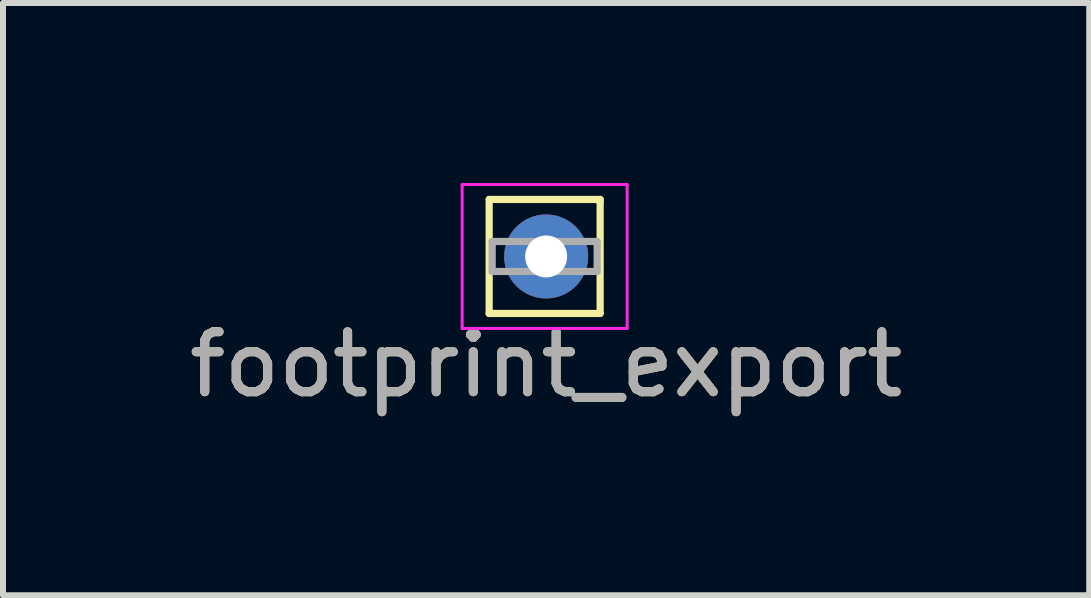
<source format=kicad_pcb>
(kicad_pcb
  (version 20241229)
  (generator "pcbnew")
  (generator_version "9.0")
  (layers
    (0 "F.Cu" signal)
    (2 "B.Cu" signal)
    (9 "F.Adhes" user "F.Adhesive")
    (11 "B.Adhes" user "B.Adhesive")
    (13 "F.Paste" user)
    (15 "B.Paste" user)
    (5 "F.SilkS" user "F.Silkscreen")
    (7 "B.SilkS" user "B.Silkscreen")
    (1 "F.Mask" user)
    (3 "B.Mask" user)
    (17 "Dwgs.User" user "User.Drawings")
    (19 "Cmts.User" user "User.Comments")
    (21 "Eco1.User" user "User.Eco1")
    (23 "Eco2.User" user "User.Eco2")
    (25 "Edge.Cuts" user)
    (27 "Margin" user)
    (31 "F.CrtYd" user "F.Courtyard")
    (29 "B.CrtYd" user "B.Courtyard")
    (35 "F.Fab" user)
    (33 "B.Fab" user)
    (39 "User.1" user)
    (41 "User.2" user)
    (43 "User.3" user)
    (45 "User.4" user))
  (footprint "footprint_export"
    (layer "F.Cu")
    (at 6.054 1.225)
    (property "Reference" "footprint_export" (at 0 1.8 0) (layer "F.SilkS") (effects (font (size 1 1) (thickness 0.15))))
    (attr through_hole)
    (fp_line (start -0.95 -0.95) (end -0.95 0.95) (stroke (width 0.12) (type solid)) (layer "F.SilkS"))
    (fp_line (start -0.95 0.95) (end 0.9 0.95) (stroke (width 0.12) (type solid)) (layer "F.SilkS"))
    (fp_line (start 0.9 -0.95) (end -0.95 -0.95) (stroke (width 0.12) (type solid)) (layer "F.SilkS"))
    (fp_line (start 0.9 -0.9) (end 0.9 -0.95) (stroke (width 0.12) (type solid)) (layer "F.SilkS"))
    (fp_line (start 0.9 0.95) (end 0.9 -0.9) (stroke (width 0.12) (type solid)) (layer "F.SilkS"))
    (fp_line (start -1.4 -1.2) (end -1.4 1.2) (stroke (width 0.05) (type solid)) (layer "F.CrtYd"))
    (fp_line (start -1.4 -1.2) (end 1.35 -1.2) (stroke (width 0.05) (type solid)) (layer "F.CrtYd"))
    (fp_line (start 1.35 1.2) (end -1.4 1.2) (stroke (width 0.05) (type solid)) (layer "F.CrtYd"))
    (fp_line (start 1.35 1.2) (end 1.35 -1.2) (stroke (width 0.05) (type solid)) (layer "F.CrtYd"))
    (fp_line (start -0.9 -0.25) (end 0.85 -0.25) (stroke (width 0.12) (type solid)) (layer "F.Fab"))
    (fp_line (start -0.9 0.25) (end -0.9 -0.25) (stroke (width 0.12) (type solid)) (layer "F.Fab"))
    (fp_line (start 0.85 -0.25) (end 0.85 0.25) (stroke (width 0.12) (type solid)) (layer "F.Fab"))
    (fp_line (start 0.85 0.25) (end -0.9 0.25) (stroke (width 0.12) (type solid)) (layer "F.Fab"))
    (fp_text user "${REFERENCE}" (at 0 1.8 0) (layer "F.Fab") (effects (font (size 1 1) (thickness 0.15))))
    (pad "1" thru_hole circle (at 0 0) (size 1.4 1.4) (drill 0.7) (layers "*.Cu" "*.Mask")))
  (gr_rect
    (start -3 -3)
    (end 15.107 6.873)
    (stroke (width 0.1) (type default))
    (fill no)
    (layer "Edge.Cuts")))
</source>
